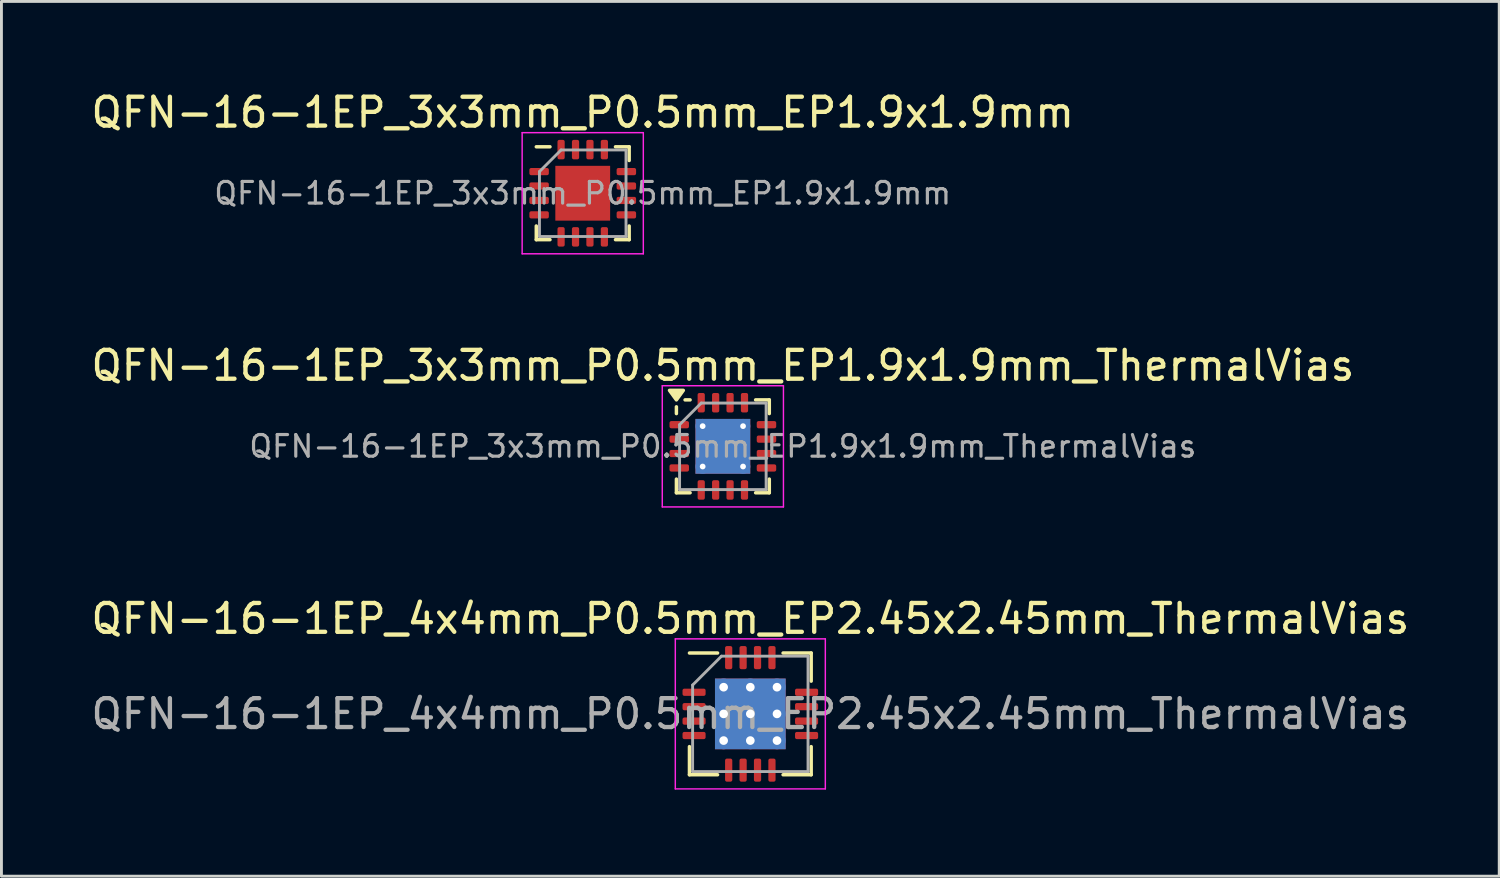
<source format=kicad_pcb>
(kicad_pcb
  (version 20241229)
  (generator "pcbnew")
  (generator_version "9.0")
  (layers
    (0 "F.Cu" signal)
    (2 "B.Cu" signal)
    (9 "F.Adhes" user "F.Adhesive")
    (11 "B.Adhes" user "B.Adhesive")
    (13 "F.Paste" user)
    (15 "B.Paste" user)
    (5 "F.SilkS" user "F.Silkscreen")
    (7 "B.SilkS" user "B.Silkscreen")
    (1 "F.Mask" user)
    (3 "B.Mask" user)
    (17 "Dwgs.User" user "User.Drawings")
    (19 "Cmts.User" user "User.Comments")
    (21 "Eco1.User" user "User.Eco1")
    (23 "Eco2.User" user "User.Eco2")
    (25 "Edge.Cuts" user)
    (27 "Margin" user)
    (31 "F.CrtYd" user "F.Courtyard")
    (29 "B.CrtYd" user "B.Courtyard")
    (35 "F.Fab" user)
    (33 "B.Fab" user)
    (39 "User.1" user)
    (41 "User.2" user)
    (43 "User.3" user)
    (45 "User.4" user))
  (footprint "QFN-16-1EP_3x3mm_P0.5mm_EP1.9x1.9mm_ThermalVias"
    (layer "F.Cu")
    (at 22.006 12.421)
    (property "Reference" "QFN-16-1EP_3x3mm_P0.5mm_EP1.9x1.9mm_ThermalVias" (at 0 -2.8 0) (layer "F.SilkS") (effects (font (size 1 1) (thickness 0.15))))
    (attr smd)
    (fp_line (start -1.61 -1.135) (end -1.61 -1.37) (stroke (width 0.12) (type solid)) (layer "F.SilkS"))
    (fp_line (start -1.61 1.61) (end -1.61 1.135) (stroke (width 0.12) (type solid)) (layer "F.SilkS"))
    (fp_line (start -1.135 -1.61) (end -1.31 -1.61) (stroke (width 0.12) (type solid)) (layer "F.SilkS"))
    (fp_line (start -1.135 1.61) (end -1.61 1.61) (stroke (width 0.12) (type solid)) (layer "F.SilkS"))
    (fp_line (start 1.135 -1.61) (end 1.61 -1.61) (stroke (width 0.12) (type solid)) (layer "F.SilkS"))
    (fp_line (start 1.135 1.61) (end 1.61 1.61) (stroke (width 0.12) (type solid)) (layer "F.SilkS"))
    (fp_line (start 1.61 -1.61) (end 1.61 -1.135) (stroke (width 0.12) (type solid)) (layer "F.SilkS"))
    (fp_line (start 1.61 1.61) (end 1.61 1.135) (stroke (width 0.12) (type solid)) (layer "F.SilkS"))
    (fp_poly (pts (xy -1.61 -1.61) (xy -1.85 -1.94) (xy -1.37 -1.94) (xy -1.61 -1.61)) (stroke (width 0.12) (type solid)) (fill yes) (layer "F.SilkS"))
    (fp_line (start -2.1 -2.1) (end -2.1 2.1) (stroke (width 0.05) (type solid)) (layer "F.CrtYd"))
    (fp_line (start -2.1 2.1) (end 2.1 2.1) (stroke (width 0.05) (type solid)) (layer "F.CrtYd"))
    (fp_line (start 2.1 -2.1) (end -2.1 -2.1) (stroke (width 0.05) (type solid)) (layer "F.CrtYd"))
    (fp_line (start 2.1 2.1) (end 2.1 -2.1) (stroke (width 0.05) (type solid)) (layer "F.CrtYd"))
    (fp_line (start -1.5 -0.75) (end -0.75 -1.5) (stroke (width 0.1) (type solid)) (layer "F.Fab"))
    (fp_line (start -1.5 1.5) (end -1.5 -0.75) (stroke (width 0.1) (type solid)) (layer "F.Fab"))
    (fp_line (start -0.75 -1.5) (end 1.5 -1.5) (stroke (width 0.1) (type solid)) (layer "F.Fab"))
    (fp_line (start 1.5 -1.5) (end 1.5 1.5) (stroke (width 0.1) (type solid)) (layer "F.Fab"))
    (fp_line (start 1.5 1.5) (end -1.5 1.5) (stroke (width 0.1) (type solid)) (layer "F.Fab"))
    (fp_text user "${REFERENCE}" (at 0 0 0) (layer "F.Fab") (effects (font (size 0.75 0.75) (thickness 0.11))))
    (pad "" smd roundrect (at -0.475 -0.475) (size 0.82 0.82) (layers "F.Paste") (roundrect_rratio 0.25))
    (pad "" smd roundrect (at -0.475 0.475) (size 0.82 0.82) (layers "F.Paste") (roundrect_rratio 0.25))
    (pad "" smd roundrect (at 0.475 -0.475) (size 0.82 0.82) (layers "F.Paste") (roundrect_rratio 0.25))
    (pad "" smd roundrect (at 0.475 0.475) (size 0.82 0.82) (layers "F.Paste") (roundrect_rratio 0.25))
    (pad "1" smd roundrect (at -1.512 -0.75) (size 0.675 0.25) (layers "F.Cu" "F.Mask" "F.Paste") (roundrect_rratio 0.25))
    (pad "2" smd roundrect (at -1.512 -0.25) (size 0.675 0.25) (layers "F.Cu" "F.Mask" "F.Paste") (roundrect_rratio 0.25))
    (pad "3" smd roundrect (at -1.512 0.25) (size 0.675 0.25) (layers "F.Cu" "F.Mask" "F.Paste") (roundrect_rratio 0.25))
    (pad "4" smd roundrect (at -1.512 0.75) (size 0.675 0.25) (layers "F.Cu" "F.Mask" "F.Paste") (roundrect_rratio 0.25))
    (pad "5" smd roundrect (at -0.75 1.512) (size 0.25 0.675) (layers "F.Cu" "F.Mask" "F.Paste") (roundrect_rratio 0.25))
    (pad "6" smd roundrect (at -0.25 1.512) (size 0.25 0.675) (layers "F.Cu" "F.Mask" "F.Paste") (roundrect_rratio 0.25))
    (pad "7" smd roundrect (at 0.25 1.512) (size 0.25 0.675) (layers "F.Cu" "F.Mask" "F.Paste") (roundrect_rratio 0.25))
    (pad "8" smd roundrect (at 0.75 1.512) (size 0.25 0.675) (layers "F.Cu" "F.Mask" "F.Paste") (roundrect_rratio 0.25))
    (pad "9" smd roundrect (at 1.512 0.75) (size 0.675 0.25) (layers "F.Cu" "F.Mask" "F.Paste") (roundrect_rratio 0.25))
    (pad "10" smd roundrect (at 1.512 0.25) (size 0.675 0.25) (layers "F.Cu" "F.Mask" "F.Paste") (roundrect_rratio 0.25))
    (pad "11" smd roundrect (at 1.512 -0.25) (size 0.675 0.25) (layers "F.Cu" "F.Mask" "F.Paste") (roundrect_rratio 0.25))
    (pad "12" smd roundrect (at 1.512 -0.75) (size 0.675 0.25) (layers "F.Cu" "F.Mask" "F.Paste") (roundrect_rratio 0.25))
    (pad "13" smd roundrect (at 0.75 -1.512) (size 0.25 0.675) (layers "F.Cu" "F.Mask" "F.Paste") (roundrect_rratio 0.25))
    (pad "14" smd roundrect (at 0.25 -1.512) (size 0.25 0.675) (layers "F.Cu" "F.Mask" "F.Paste") (roundrect_rratio 0.25))
    (pad "15" smd roundrect (at -0.25 -1.512) (size 0.25 0.675) (layers "F.Cu" "F.Mask" "F.Paste") (roundrect_rratio 0.25))
    (pad "16" smd roundrect (at -0.75 -1.512) (size 0.25 0.675) (layers "F.Cu" "F.Mask" "F.Paste") (roundrect_rratio 0.25))
    (pad "17" thru_hole circle (at -0.7 -0.7) (size 0.5 0.5) (drill 0.2) (property pad_prop_heatsink) (layers "*.Cu"))
    (pad "17" thru_hole circle (at -0.7 0.7) (size 0.5 0.5) (drill 0.2) (property pad_prop_heatsink) (layers "*.Cu"))
    (pad "17" smd rect (at 0 0) (size 1.9 1.9) (property pad_prop_heatsink) (layers "F.Cu" "F.Mask"))
    (pad "17" smd rect (at 0 0) (size 1.9 1.9) (property pad_prop_heatsink) (layers "B.Cu"))
    (pad "17" thru_hole circle (at 0.7 -0.7) (size 0.5 0.5) (drill 0.2) (property pad_prop_heatsink) (layers "*.Cu"))
    (pad "17" thru_hole circle (at 0.7 0.7) (size 0.5 0.5) (drill 0.2) (property pad_prop_heatsink) (layers "*.Cu")))
  (footprint "QFN-16-1EP_3x3mm_P0.5mm_EP1.9x1.9mm"
    (layer "F.Cu")
    (at 17.149 3.648)
    (property "Reference" "QFN-16-1EP_3x3mm_P0.5mm_EP1.9x1.9mm" (at 0 -2.8 0) (layer "F.SilkS") (effects (font (size 1 1) (thickness 0.15))))
    (attr smd)
    (fp_line (start -1.61 1.61) (end -1.61 1.135) (stroke (width 0.12) (type solid)) (layer "F.SilkS"))
    (fp_line (start -1.135 -1.61) (end -1.61 -1.61) (stroke (width 0.12) (type solid)) (layer "F.SilkS"))
    (fp_line (start -1.135 1.61) (end -1.61 1.61) (stroke (width 0.12) (type solid)) (layer "F.SilkS"))
    (fp_line (start 1.135 -1.61) (end 1.61 -1.61) (stroke (width 0.12) (type solid)) (layer "F.SilkS"))
    (fp_line (start 1.135 1.61) (end 1.61 1.61) (stroke (width 0.12) (type solid)) (layer "F.SilkS"))
    (fp_line (start 1.61 -1.61) (end 1.61 -1.135) (stroke (width 0.12) (type solid)) (layer "F.SilkS"))
    (fp_line (start 1.61 1.61) (end 1.61 1.135) (stroke (width 0.12) (type solid)) (layer "F.SilkS"))
    (fp_line (start -2.1 -2.1) (end -2.1 2.1) (stroke (width 0.05) (type solid)) (layer "F.CrtYd"))
    (fp_line (start -2.1 2.1) (end 2.1 2.1) (stroke (width 0.05) (type solid)) (layer "F.CrtYd"))
    (fp_line (start 2.1 -2.1) (end -2.1 -2.1) (stroke (width 0.05) (type solid)) (layer "F.CrtYd"))
    (fp_line (start 2.1 2.1) (end 2.1 -2.1) (stroke (width 0.05) (type solid)) (layer "F.CrtYd"))
    (fp_line (start -1.5 -0.75) (end -0.75 -1.5) (stroke (width 0.1) (type solid)) (layer "F.Fab"))
    (fp_line (start -1.5 1.5) (end -1.5 -0.75) (stroke (width 0.1) (type solid)) (layer "F.Fab"))
    (fp_line (start -0.75 -1.5) (end 1.5 -1.5) (stroke (width 0.1) (type solid)) (layer "F.Fab"))
    (fp_line (start 1.5 -1.5) (end 1.5 1.5) (stroke (width 0.1) (type solid)) (layer "F.Fab"))
    (fp_line (start 1.5 1.5) (end -1.5 1.5) (stroke (width 0.1) (type solid)) (layer "F.Fab"))
    (fp_text user "${REFERENCE}" (at 0 0 0) (layer "F.Fab") (effects (font (size 0.75 0.75) (thickness 0.11))))
    (pad "" smd roundrect (at -0.475 -0.475) (size 0.77 0.77) (layers "F.Paste") (roundrect_rratio 0.25))
    (pad "" smd roundrect (at -0.475 0.475) (size 0.77 0.77) (layers "F.Paste") (roundrect_rratio 0.25))
    (pad "" smd roundrect (at 0.475 -0.475) (size 0.77 0.77) (layers "F.Paste") (roundrect_rratio 0.25))
    (pad "" smd roundrect (at 0.475 0.475) (size 0.77 0.77) (layers "F.Paste") (roundrect_rratio 0.25))
    (pad "1" smd roundrect (at -1.512 -0.75) (size 0.675 0.25) (layers "F.Cu" "F.Mask" "F.Paste") (roundrect_rratio 0.25))
    (pad "2" smd roundrect (at -1.512 -0.25) (size 0.675 0.25) (layers "F.Cu" "F.Mask" "F.Paste") (roundrect_rratio 0.25))
    (pad "3" smd roundrect (at -1.512 0.25) (size 0.675 0.25) (layers "F.Cu" "F.Mask" "F.Paste") (roundrect_rratio 0.25))
    (pad "4" smd roundrect (at -1.512 0.75) (size 0.675 0.25) (layers "F.Cu" "F.Mask" "F.Paste") (roundrect_rratio 0.25))
    (pad "5" smd roundrect (at -0.75 1.512) (size 0.25 0.675) (layers "F.Cu" "F.Mask" "F.Paste") (roundrect_rratio 0.25))
    (pad "6" smd roundrect (at -0.25 1.512) (size 0.25 0.675) (layers "F.Cu" "F.Mask" "F.Paste") (roundrect_rratio 0.25))
    (pad "7" smd roundrect (at 0.25 1.512) (size 0.25 0.675) (layers "F.Cu" "F.Mask" "F.Paste") (roundrect_rratio 0.25))
    (pad "8" smd roundrect (at 0.75 1.512) (size 0.25 0.675) (layers "F.Cu" "F.Mask" "F.Paste") (roundrect_rratio 0.25))
    (pad "9" smd roundrect (at 1.512 0.75) (size 0.675 0.25) (layers "F.Cu" "F.Mask" "F.Paste") (roundrect_rratio 0.25))
    (pad "10" smd roundrect (at 1.512 0.25) (size 0.675 0.25) (layers "F.Cu" "F.Mask" "F.Paste") (roundrect_rratio 0.25))
    (pad "11" smd roundrect (at 1.512 -0.25) (size 0.675 0.25) (layers "F.Cu" "F.Mask" "F.Paste") (roundrect_rratio 0.25))
    (pad "12" smd roundrect (at 1.512 -0.75) (size 0.675 0.25) (layers "F.Cu" "F.Mask" "F.Paste") (roundrect_rratio 0.25))
    (pad "13" smd roundrect (at 0.75 -1.512) (size 0.25 0.675) (layers "F.Cu" "F.Mask" "F.Paste") (roundrect_rratio 0.25))
    (pad "14" smd roundrect (at 0.25 -1.512) (size 0.25 0.675) (layers "F.Cu" "F.Mask" "F.Paste") (roundrect_rratio 0.25))
    (pad "15" smd roundrect (at -0.25 -1.512) (size 0.25 0.675) (layers "F.Cu" "F.Mask" "F.Paste") (roundrect_rratio 0.25))
    (pad "16" smd roundrect (at -0.75 -1.512) (size 0.25 0.675) (layers "F.Cu" "F.Mask" "F.Paste") (roundrect_rratio 0.25))
    (pad "17" smd rect (at 0 0) (size 1.9 1.9) (layers "F.Cu" "F.Mask")))
  (footprint "QFN-16-1EP_4x4mm_P0.5mm_EP2.45x2.45mm_ThermalVias"
    (layer "F.Cu")
    (at 22.958 21.695)
    (property "Reference" "QFN-16-1EP_4x4mm_P0.5mm_EP2.45x2.45mm_ThermalVias" (at 0 -3.3 0) (layer "F.SilkS") (effects (font (size 1 1) (thickness 0.15))))
    (attr smd)
    (fp_line (start -2.11 2.11) (end -2.11 1.135) (stroke (width 0.12) (type solid)) (layer "F.SilkS"))
    (fp_line (start -1.135 -2.11) (end -2.11 -2.11) (stroke (width 0.12) (type solid)) (layer "F.SilkS"))
    (fp_line (start -1.135 2.11) (end -2.11 2.11) (stroke (width 0.12) (type solid)) (layer "F.SilkS"))
    (fp_line (start 1.135 -2.11) (end 2.11 -2.11) (stroke (width 0.12) (type solid)) (layer "F.SilkS"))
    (fp_line (start 1.135 2.11) (end 2.11 2.11) (stroke (width 0.12) (type solid)) (layer "F.SilkS"))
    (fp_line (start 2.11 -2.11) (end 2.11 -1.135) (stroke (width 0.12) (type solid)) (layer "F.SilkS"))
    (fp_line (start 2.11 2.11) (end 2.11 1.135) (stroke (width 0.12) (type solid)) (layer "F.SilkS"))
    (fp_line (start -2.6 -2.6) (end -2.6 2.6) (stroke (width 0.05) (type solid)) (layer "F.CrtYd"))
    (fp_line (start -2.6 2.6) (end 2.6 2.6) (stroke (width 0.05) (type solid)) (layer "F.CrtYd"))
    (fp_line (start 2.6 -2.6) (end -2.6 -2.6) (stroke (width 0.05) (type solid)) (layer "F.CrtYd"))
    (fp_line (start 2.6 2.6) (end 2.6 -2.6) (stroke (width 0.05) (type solid)) (layer "F.CrtYd"))
    (fp_line (start -2 -1) (end -1 -2) (stroke (width 0.1) (type solid)) (layer "F.Fab"))
    (fp_line (start -2 2) (end -2 -1) (stroke (width 0.1) (type solid)) (layer "F.Fab"))
    (fp_line (start -1 -2) (end 2 -2) (stroke (width 0.1) (type solid)) (layer "F.Fab"))
    (fp_line (start 2 -2) (end 2 2) (stroke (width 0.1) (type solid)) (layer "F.Fab"))
    (fp_line (start 2 2) (end -2 2) (stroke (width 0.1) (type solid)) (layer "F.Fab"))
    (fp_text user "${REFERENCE}" (at 0 0 0) (layer "F.Fab") (effects (font (size 1 1) (thickness 0.15))))
    (pad "" smd roundrect (at -0.61 -0.61) (size 1.06 1.06) (layers "F.Paste") (roundrect_rratio 0.236))
    (pad "" smd roundrect (at -0.61 0.61) (size 1.06 1.06) (layers "F.Paste") (roundrect_rratio 0.236))
    (pad "" smd roundrect (at 0.61 -0.61) (size 1.06 1.06) (layers "F.Paste") (roundrect_rratio 0.236))
    (pad "" smd roundrect (at 0.61 0.61) (size 1.06 1.06) (layers "F.Paste") (roundrect_rratio 0.236))
    (pad "1" smd roundrect (at -1.95 -0.75) (size 0.8 0.25) (layers "F.Cu" "F.Mask" "F.Paste") (roundrect_rratio 0.25))
    (pad "2" smd roundrect (at -1.95 -0.25) (size 0.8 0.25) (layers "F.Cu" "F.Mask" "F.Paste") (roundrect_rratio 0.25))
    (pad "3" smd roundrect (at -1.95 0.25) (size 0.8 0.25) (layers "F.Cu" "F.Mask" "F.Paste") (roundrect_rratio 0.25))
    (pad "4" smd roundrect (at -1.95 0.75) (size 0.8 0.25) (layers "F.Cu" "F.Mask" "F.Paste") (roundrect_rratio 0.25))
    (pad "5" smd roundrect (at -0.75 1.95) (size 0.25 0.8) (layers "F.Cu" "F.Mask" "F.Paste") (roundrect_rratio 0.25))
    (pad "6" smd roundrect (at -0.25 1.95) (size 0.25 0.8) (layers "F.Cu" "F.Mask" "F.Paste") (roundrect_rratio 0.25))
    (pad "7" smd roundrect (at 0.25 1.95) (size 0.25 0.8) (layers "F.Cu" "F.Mask" "F.Paste") (roundrect_rratio 0.25))
    (pad "8" smd roundrect (at 0.75 1.95) (size 0.25 0.8) (layers "F.Cu" "F.Mask" "F.Paste") (roundrect_rratio 0.25))
    (pad "9" smd roundrect (at 1.95 0.75) (size 0.8 0.25) (layers "F.Cu" "F.Mask" "F.Paste") (roundrect_rratio 0.25))
    (pad "10" smd roundrect (at 1.95 0.25) (size 0.8 0.25) (layers "F.Cu" "F.Mask" "F.Paste") (roundrect_rratio 0.25))
    (pad "11" smd roundrect (at 1.95 -0.25) (size 0.8 0.25) (layers "F.Cu" "F.Mask" "F.Paste") (roundrect_rratio 0.25))
    (pad "12" smd roundrect (at 1.95 -0.75) (size 0.8 0.25) (layers "F.Cu" "F.Mask" "F.Paste") (roundrect_rratio 0.25))
    (pad "13" smd roundrect (at 0.75 -1.95) (size 0.25 0.8) (layers "F.Cu" "F.Mask" "F.Paste") (roundrect_rratio 0.25))
    (pad "14" smd roundrect (at 0.25 -1.95) (size 0.25 0.8) (layers "F.Cu" "F.Mask" "F.Paste") (roundrect_rratio 0.25))
    (pad "15" smd roundrect (at -0.25 -1.95) (size 0.25 0.8) (layers "F.Cu" "F.Mask" "F.Paste") (roundrect_rratio 0.25))
    (pad "16" smd roundrect (at -0.75 -1.95) (size 0.25 0.8) (layers "F.Cu" "F.Mask" "F.Paste") (roundrect_rratio 0.25))
    (pad "17" thru_hole circle (at -0.925 -0.925) (size 0.6 0.6) (drill 0.3) (layers "*.Cu"))
    (pad "17" thru_hole circle (at -0.925 0) (size 0.6 0.6) (drill 0.3) (layers "*.Cu"))
    (pad "17" thru_hole circle (at -0.925 0.925) (size 0.6 0.6) (drill 0.3) (layers "*.Cu"))
    (pad "17" thru_hole circle (at 0 -0.925) (size 0.6 0.6) (drill 0.3) (layers "*.Cu"))
    (pad "17" thru_hole circle (at 0 0) (size 0.6 0.6) (drill 0.3) (layers "*.Cu"))
    (pad "17" smd rect (at 0 0) (size 2.45 2.45) (layers "F.Cu" "F.Mask"))
    (pad "17" smd rect (at 0 0) (size 2.45 2.45) (layers "B.Cu"))
    (pad "17" thru_hole circle (at 0 0.925) (size 0.6 0.6) (drill 0.3) (layers "*.Cu"))
    (pad "17" thru_hole circle (at 0.925 -0.925) (size 0.6 0.6) (drill 0.3) (layers "*.Cu"))
    (pad "17" thru_hole circle (at 0.925 0) (size 0.6 0.6) (drill 0.3) (layers "*.Cu"))
    (pad "17" thru_hole circle (at 0.925 0.925) (size 0.6 0.6) (drill 0.3) (layers "*.Cu")))
  (gr_rect
    (start -3 -3)
    (end 48.917 27.32)
    (stroke (width 0.1) (type default))
    (fill no)
    (layer "Edge.Cuts")))
</source>
